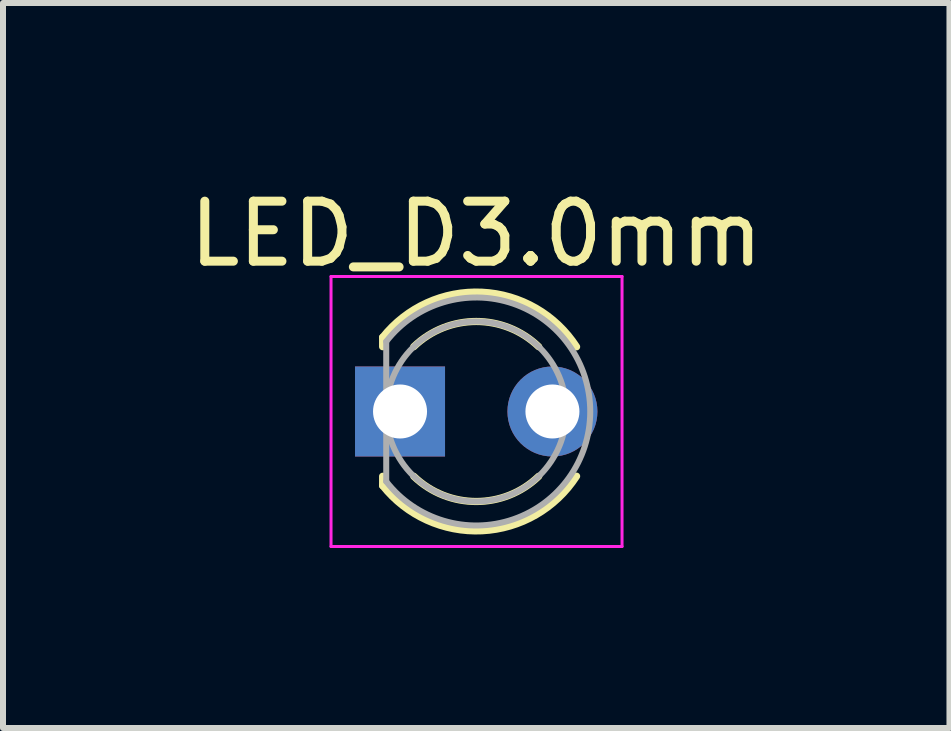
<source format=kicad_pcb>
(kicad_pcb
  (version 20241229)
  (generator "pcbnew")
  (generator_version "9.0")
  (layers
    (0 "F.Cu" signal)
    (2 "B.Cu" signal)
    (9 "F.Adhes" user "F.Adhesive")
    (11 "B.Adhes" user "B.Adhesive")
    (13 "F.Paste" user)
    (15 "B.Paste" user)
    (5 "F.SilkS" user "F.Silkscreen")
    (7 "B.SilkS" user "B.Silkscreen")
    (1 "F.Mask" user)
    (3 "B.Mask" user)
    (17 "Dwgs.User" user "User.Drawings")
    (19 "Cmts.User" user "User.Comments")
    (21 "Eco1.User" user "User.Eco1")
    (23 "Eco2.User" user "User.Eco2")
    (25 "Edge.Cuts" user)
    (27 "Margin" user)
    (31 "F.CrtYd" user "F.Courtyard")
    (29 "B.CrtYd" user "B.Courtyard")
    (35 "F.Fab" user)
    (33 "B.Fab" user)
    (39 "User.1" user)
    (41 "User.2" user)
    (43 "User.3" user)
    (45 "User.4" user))
  (footprint "LED_D3.0mm"
    (layer "F.Cu")
    (at 3.617 3.808)
    (property "Reference" "LED_D3.0mm" (at 1.27 -2.96 0) (layer "F.SilkS") (effects (font (size 1 1) (thickness 0.15))))
    (attr through_hole)
    (fp_line (start -0.29 -1.236) (end -0.29 -1.08) (stroke (width 0.12) (type solid)) (layer "F.SilkS"))
    (fp_line (start -0.29 1.08) (end -0.29 1.236) (stroke (width 0.12) (type solid)) (layer "F.SilkS"))
    (fp_arc (start -0.29 -1.235516) (mid 1.366487 -1.987659) (end 2.942335 -1.078608) (stroke (width 0.12) (type solid)) (layer "F.SilkS"))
    (fp_arc (start 0.229039 -1.08) (mid 1.270117 -1.5) (end 2.31113 -1.079837) (stroke (width 0.12) (type solid)) (layer "F.SilkS"))
    (fp_arc (start 2.31113 1.079837) (mid 1.270117 1.5) (end 0.229039 1.08) (stroke (width 0.12) (type solid)) (layer "F.SilkS"))
    (fp_arc (start 2.942335 1.078608) (mid 1.366487 1.987659) (end -0.29 1.235516) (stroke (width 0.12) (type solid)) (layer "F.SilkS"))
    (fp_line (start -1.15 -2.25) (end -1.15 2.25) (stroke (width 0.05) (type solid)) (layer "F.CrtYd"))
    (fp_line (start -1.15 2.25) (end 3.7 2.25) (stroke (width 0.05) (type solid)) (layer "F.CrtYd"))
    (fp_line (start 3.7 -2.25) (end -1.15 -2.25) (stroke (width 0.05) (type solid)) (layer "F.CrtYd"))
    (fp_line (start 3.7 2.25) (end 3.7 -2.25) (stroke (width 0.05) (type solid)) (layer "F.CrtYd"))
    (fp_line (start -0.23 -1.166) (end -0.23 1.166) (stroke (width 0.1) (type solid)) (layer "F.Fab"))
    (fp_arc (start -0.23 -1.16619) (mid 3.17 0.000452) (end -0.230555 1.165476) (stroke (width 0.1) (type solid)) (layer "F.Fab"))
    (fp_circle (center 1.27 0) (end 2.77 0) (stroke (width 0.1) (type solid)) (fill no) (layer "F.Fab"))
    (pad "1" thru_hole rect (at 0 0) (size 1.5 1.5) (drill 0.9) (layers "*.Cu" "*.Mask"))
    (pad "2" thru_hole circle (at 2.54 0) (size 1.5 1.5) (drill 0.9) (layers "*.Cu" "*.Mask")))
  (gr_rect
    (start -3 -3)
    (end 12.774 9.083)
    (stroke (width 0.1) (type default))
    (fill no)
    (layer "Edge.Cuts")))
</source>
